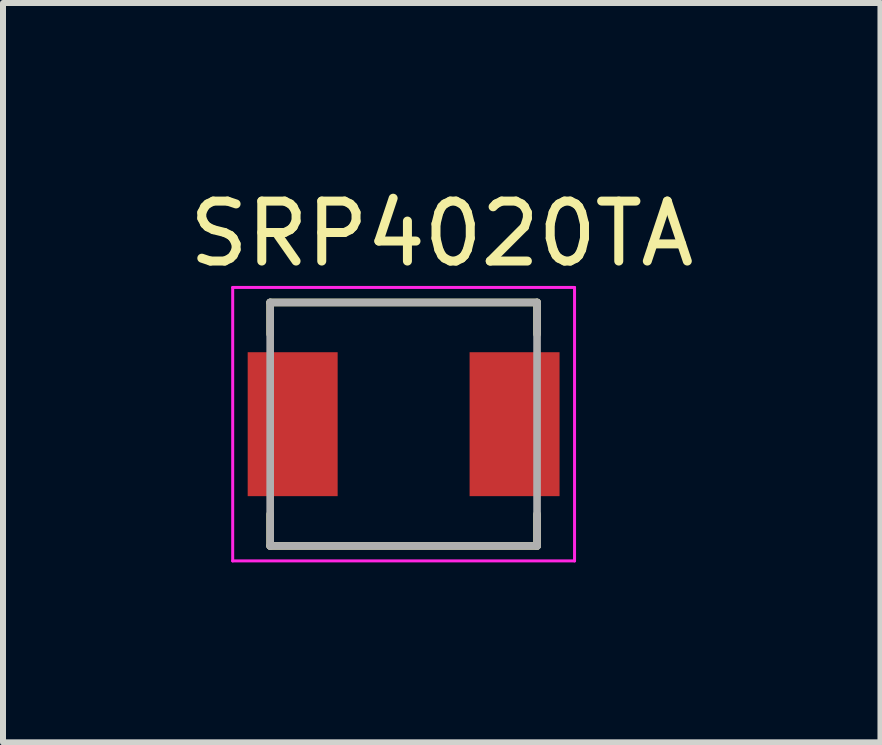
<source format=kicad_pcb>
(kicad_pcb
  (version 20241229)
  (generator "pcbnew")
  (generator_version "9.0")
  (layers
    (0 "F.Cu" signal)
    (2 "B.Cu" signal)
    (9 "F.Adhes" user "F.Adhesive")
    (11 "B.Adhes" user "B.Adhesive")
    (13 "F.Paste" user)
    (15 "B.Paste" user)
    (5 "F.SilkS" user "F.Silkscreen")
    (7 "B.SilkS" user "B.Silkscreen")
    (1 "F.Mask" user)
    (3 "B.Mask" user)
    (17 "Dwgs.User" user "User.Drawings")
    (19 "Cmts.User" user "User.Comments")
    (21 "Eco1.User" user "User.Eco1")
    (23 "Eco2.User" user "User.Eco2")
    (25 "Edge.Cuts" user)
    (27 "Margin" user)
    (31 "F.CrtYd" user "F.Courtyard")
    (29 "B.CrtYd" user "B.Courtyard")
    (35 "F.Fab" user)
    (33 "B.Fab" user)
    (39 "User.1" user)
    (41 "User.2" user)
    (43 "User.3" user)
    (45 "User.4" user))
  (footprint "SRP4020TA"
    (layer "F.Cu")
    (at 3.68 4.023)
    (property "Reference" "SRP4020TA" (at 0.635 -3.175 0) (layer "F.SilkS") (effects (font (size 1 1) (thickness 0.15))))
    (attr smd)
    (fp_line (start -2.225 -2.03) (end 2.225 -2.03) (stroke (width 0.127) (type solid)) (layer "F.SilkS"))
    (fp_line (start -2.225 -1.5) (end -2.225 -2.03) (stroke (width 0.127) (type solid)) (layer "F.SilkS"))
    (fp_line (start -2.225 2.03) (end -2.225 1.5) (stroke (width 0.127) (type solid)) (layer "F.SilkS"))
    (fp_line (start -2.225 2.03) (end 2.225 2.03) (stroke (width 0.127) (type solid)) (layer "F.SilkS"))
    (fp_line (start 2.225 -2.03) (end 2.225 -1.5) (stroke (width 0.127) (type solid)) (layer "F.SilkS"))
    (fp_line (start 2.225 2.03) (end 2.225 1.5) (stroke (width 0.127) (type solid)) (layer "F.SilkS"))
    (fp_line (start -2.85 -2.28) (end 2.85 -2.28) (stroke (width 0.05) (type solid)) (layer "F.CrtYd"))
    (fp_line (start -2.85 2.28) (end -2.85 -2.28) (stroke (width 0.05) (type solid)) (layer "F.CrtYd"))
    (fp_line (start 2.85 -2.28) (end 2.85 2.28) (stroke (width 0.05) (type solid)) (layer "F.CrtYd"))
    (fp_line (start 2.85 2.28) (end -2.85 2.28) (stroke (width 0.05) (type solid)) (layer "F.CrtYd"))
    (fp_line (start -2.225 -2.03) (end 2.225 -2.03) (stroke (width 0.127) (type solid)) (layer "F.Fab"))
    (fp_line (start -2.225 2.03) (end -2.225 -2.03) (stroke (width 0.127) (type solid)) (layer "F.Fab"))
    (fp_line (start 2.225 -2.03) (end 2.225 2.03) (stroke (width 0.127) (type solid)) (layer "F.Fab"))
    (fp_line (start 2.225 2.03) (end -2.225 2.03) (stroke (width 0.127) (type solid)) (layer "F.Fab"))
    (pad "1" smd rect (at -1.85 0) (size 1.5 2.4) (layers "F.Cu" "F.Mask" "F.Paste"))
    (pad "2" smd rect (at 1.85 0) (size 1.5 2.4) (layers "F.Cu" "F.Mask" "F.Paste")))
  (gr_rect
    (start -3 -3)
    (end 11.631 9.328)
    (stroke (width 0.1) (type default))
    (fill no)
    (layer "Edge.Cuts")))
</source>
